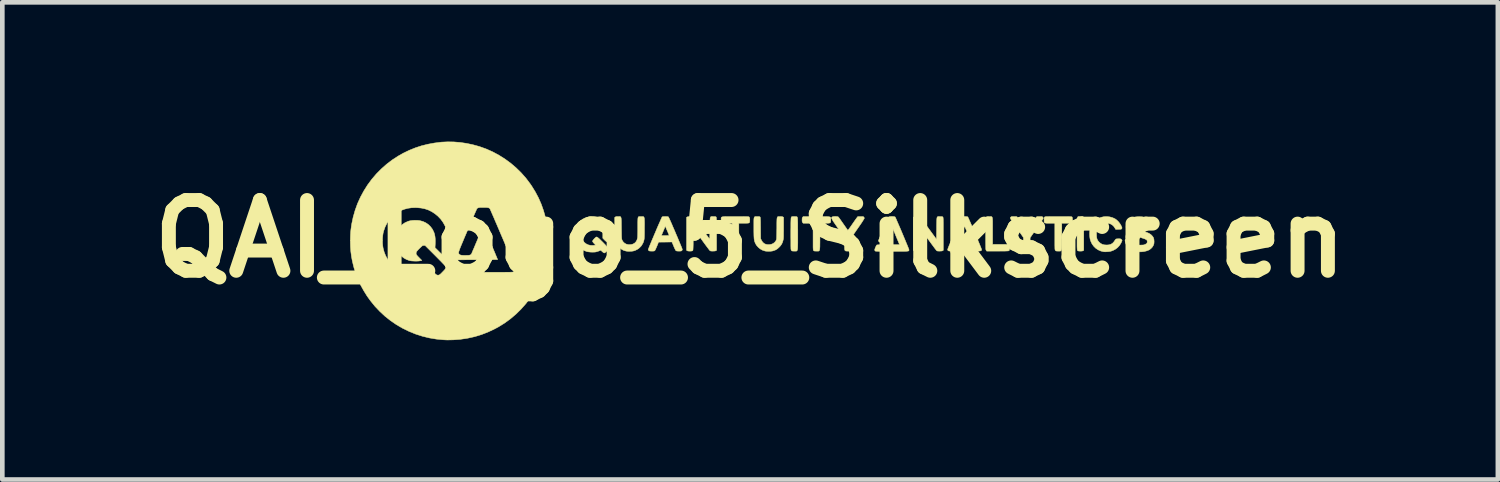
<source format=kicad_pcb>
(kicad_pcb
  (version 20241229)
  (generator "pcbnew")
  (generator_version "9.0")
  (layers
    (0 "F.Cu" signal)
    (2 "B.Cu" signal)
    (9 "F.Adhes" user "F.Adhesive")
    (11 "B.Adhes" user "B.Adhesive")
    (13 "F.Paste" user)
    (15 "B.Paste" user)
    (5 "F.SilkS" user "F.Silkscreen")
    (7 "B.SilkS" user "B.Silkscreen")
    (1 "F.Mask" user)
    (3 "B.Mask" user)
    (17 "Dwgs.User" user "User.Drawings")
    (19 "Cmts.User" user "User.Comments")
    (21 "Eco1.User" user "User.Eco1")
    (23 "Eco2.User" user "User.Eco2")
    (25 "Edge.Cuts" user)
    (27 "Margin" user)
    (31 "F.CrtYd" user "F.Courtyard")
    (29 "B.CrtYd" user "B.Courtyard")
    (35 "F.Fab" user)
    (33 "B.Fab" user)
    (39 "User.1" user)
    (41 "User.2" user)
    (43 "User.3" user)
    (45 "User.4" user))
  (footprint "QAI_Logo_5_Silkscreen"
    (layer "F.Cu")
    (at 13.106 2.093)
    (property "Reference" "QAI_Logo_5_Silkscreen" (at 0 0 0) (layer "F.SilkS") (effects (font (size 1.524 1.524) (thickness 0.3))))
    (attr through_hole)
    (fp_poly (pts (xy 7.098 -0.48) (xy 7.112 -0.479) (xy 7.117 -0.479) (xy 7.143 -0.479) (xy 7.16 -0.477) (xy 7.17 -0.474) (xy 7.177 -0.469) (xy 7.177 -0.469) (xy 7.179 -0.466) (xy 7.181 -0.461) (xy 7.183 -0.453) (xy 7.184 -0.442) (xy 7.185 -0.427) (xy 7.185 -0.406) (xy 7.186 -0.379) (xy 7.186 -0.345) (xy 7.187 -0.303) (xy 7.187 -0.252) (xy 7.187 -0.192) (xy 7.187 -0.121) (xy 7.187 -0.105) (xy 7.187 0.248) (xy 7.174 0.257) (xy 7.162 0.262) (xy 7.141 0.265) (xy 7.114 0.266) (xy 7.089 0.265) (xy 7.072 0.263) (xy 7.062 0.26) (xy 7.054 0.254) (xy 7.052 0.251) (xy 7.05 0.248) (xy 7.048 0.243) (xy 7.047 0.235) (xy 7.046 0.224) (xy 7.045 0.209) (xy 7.044 0.188) (xy 7.043 0.162) (xy 7.043 0.128) (xy 7.043 0.086) (xy 7.043 0.036) (xy 7.043 -0.024) (xy 7.043 -0.094) (xy 7.043 -0.107) (xy 7.043 -0.182) (xy 7.043 -0.246) (xy 7.043 -0.301) (xy 7.043 -0.346) (xy 7.044 -0.383) (xy 7.045 -0.412) (xy 7.047 -0.435) (xy 7.05 -0.453) (xy 7.054 -0.465) (xy 7.06 -0.473) (xy 7.067 -0.478) (xy 7.075 -0.48) (xy 7.086 -0.48) (xy 7.098 -0.48)) (stroke (width 0.01) (type solid)) (fill yes) (layer "F.SilkS"))
    (fp_poly (pts (xy -0.369 -0.479) (xy -0.315 -0.479) (xy -0.25 -0.479) (xy -0.195 -0.479) (xy -0.149 -0.479) (xy -0.113 -0.478) (xy -0.084 -0.478) (xy -0.062 -0.477) (xy -0.046 -0.476) (xy -0.034 -0.475) (xy -0.027 -0.473) (xy -0.022 -0.471) (xy -0.021 -0.47) (xy -0.012 -0.458) (xy -0.008 -0.442) (xy -0.006 -0.418) (xy -0.007 -0.392) (xy -0.008 -0.373) (xy -0.01 -0.359) (xy -0.015 -0.349) (xy -0.023 -0.342) (xy -0.037 -0.338) (xy -0.058 -0.336) (xy -0.087 -0.335) (xy -0.126 -0.335) (xy -0.137 -0.335) (xy -0.242 -0.335) (xy -0.242 -0.046) (xy -0.242 0.022) (xy -0.242 0.079) (xy -0.242 0.127) (xy -0.243 0.166) (xy -0.244 0.197) (xy -0.246 0.221) (xy -0.249 0.238) (xy -0.253 0.251) (xy -0.259 0.259) (xy -0.266 0.264) (xy -0.275 0.266) (xy -0.286 0.266) (xy -0.3 0.266) (xy -0.313 0.266) (xy -0.343 0.265) (xy -0.362 0.262) (xy -0.374 0.257) (xy -0.387 0.248) (xy -0.387 -0.335) (xy -0.496 -0.335) (xy -0.538 -0.335) (xy -0.569 -0.335) (xy -0.591 -0.338) (xy -0.607 -0.342) (xy -0.616 -0.349) (xy -0.621 -0.361) (xy -0.623 -0.376) (xy -0.623 -0.398) (xy -0.623 -0.408) (xy -0.624 -0.424) (xy -0.624 -0.437) (xy -0.623 -0.448) (xy -0.621 -0.457) (xy -0.616 -0.464) (xy -0.607 -0.469) (xy -0.594 -0.473) (xy -0.575 -0.476) (xy -0.55 -0.478) (xy -0.518 -0.479) (xy -0.478 -0.479) (xy -0.428 -0.479) (xy -0.369 -0.479)) (stroke (width 0.01) (type solid)) (fill yes) (layer "F.SilkS"))
    (fp_poly (pts (xy 0.976 -0.478) (xy 0.995 -0.477) (xy 1.006 -0.475) (xy 1.008 -0.475) (xy 1.012 -0.472) (xy 1.015 -0.467) (xy 1.018 -0.461) (xy 1.021 -0.453) (xy 1.023 -0.44) (xy 1.024 -0.423) (xy 1.025 -0.4) (xy 1.026 -0.372) (xy 1.027 -0.336) (xy 1.027 -0.291) (xy 1.027 -0.238) (xy 1.028 -0.176) (xy 1.028 -0.105) (xy 1.028 -0.03) (xy 1.028 0.034) (xy 1.028 0.088) (xy 1.027 0.133) (xy 1.026 0.17) (xy 1.025 0.199) (xy 1.023 0.222) (xy 1.019 0.239) (xy 1.015 0.251) (xy 1.009 0.259) (xy 1.002 0.264) (xy 0.993 0.266) (xy 0.982 0.266) (xy 0.97 0.266) (xy 0.955 0.266) (xy 0.953 0.266) (xy 0.928 0.265) (xy 0.912 0.264) (xy 0.902 0.262) (xy 0.895 0.257) (xy 0.889 0.25) (xy 0.887 0.247) (xy 0.885 0.243) (xy 0.883 0.238) (xy 0.882 0.23) (xy 0.88 0.219) (xy 0.879 0.203) (xy 0.879 0.183) (xy 0.878 0.157) (xy 0.878 0.123) (xy 0.878 0.082) (xy 0.878 0.032) (xy 0.877 -0.027) (xy 0.877 -0.097) (xy 0.877 -0.105) (xy 0.877 -0.178) (xy 0.878 -0.241) (xy 0.878 -0.293) (xy 0.878 -0.337) (xy 0.879 -0.373) (xy 0.88 -0.401) (xy 0.881 -0.424) (xy 0.882 -0.441) (xy 0.884 -0.453) (xy 0.887 -0.462) (xy 0.89 -0.468) (xy 0.893 -0.472) (xy 0.897 -0.475) (xy 0.905 -0.477) (xy 0.922 -0.478) (xy 0.944 -0.479) (xy 0.953 -0.479) (xy 0.976 -0.478)) (stroke (width 0.01) (type solid)) (fill yes) (layer "F.SilkS"))
    (fp_poly (pts (xy 1.601 -0.479) (xy 1.64 -0.479) (xy 1.67 -0.477) (xy 1.694 -0.475) (xy 1.711 -0.472) (xy 1.724 -0.468) (xy 1.731 -0.462) (xy 1.736 -0.455) (xy 1.738 -0.446) (xy 1.738 -0.434) (xy 1.738 -0.421) (xy 1.738 -0.408) (xy 1.738 -0.384) (xy 1.736 -0.366) (xy 1.733 -0.353) (xy 1.725 -0.344) (xy 1.712 -0.339) (xy 1.692 -0.336) (xy 1.664 -0.335) (xy 1.626 -0.335) (xy 1.613 -0.335) (xy 1.507 -0.335) (xy 1.505 -0.047) (xy 1.505 0.021) (xy 1.505 0.079) (xy 1.504 0.127) (xy 1.504 0.166) (xy 1.502 0.197) (xy 1.5 0.221) (xy 1.497 0.238) (xy 1.493 0.251) (xy 1.487 0.259) (xy 1.479 0.264) (xy 1.47 0.266) (xy 1.459 0.266) (xy 1.445 0.266) (xy 1.431 0.266) (xy 1.405 0.265) (xy 1.388 0.264) (xy 1.377 0.261) (xy 1.37 0.255) (xy 1.368 0.254) (xy 1.366 0.251) (xy 1.363 0.247) (xy 1.362 0.242) (xy 1.36 0.233) (xy 1.359 0.221) (xy 1.358 0.204) (xy 1.357 0.181) (xy 1.357 0.152) (xy 1.357 0.115) (xy 1.357 0.069) (xy 1.357 0.014) (xy 1.357 -0.046) (xy 1.357 -0.335) (xy 1.144 -0.335) (xy 1.132 -0.35) (xy 1.125 -0.361) (xy 1.121 -0.375) (xy 1.12 -0.396) (xy 1.12 -0.407) (xy 1.121 -0.431) (xy 1.123 -0.448) (xy 1.129 -0.46) (xy 1.132 -0.464) (xy 1.144 -0.479) (xy 1.429 -0.479) (xy 1.497 -0.479) (xy 1.554 -0.479) (xy 1.601 -0.479)) (stroke (width 0.01) (type solid)) (fill yes) (layer "F.SilkS"))
    (fp_poly (pts (xy 5.132 -0.48) (xy 5.147 -0.479) (xy 5.15 -0.479) (xy 5.166 -0.479) (xy 5.18 -0.48) (xy 5.191 -0.479) (xy 5.201 -0.477) (xy 5.208 -0.472) (xy 5.214 -0.464) (xy 5.218 -0.451) (xy 5.221 -0.433) (xy 5.223 -0.408) (xy 5.224 -0.376) (xy 5.224 -0.337) (xy 5.224 -0.288) (xy 5.224 -0.23) (xy 5.224 -0.167) (xy 5.224 0.121) (xy 5.393 0.121) (xy 5.446 0.121) (xy 5.488 0.121) (xy 5.521 0.122) (xy 5.546 0.124) (xy 5.564 0.127) (xy 5.576 0.132) (xy 5.583 0.139) (xy 5.587 0.149) (xy 5.588 0.163) (xy 5.588 0.179) (xy 5.588 0.193) (xy 5.588 0.219) (xy 5.587 0.236) (xy 5.584 0.246) (xy 5.58 0.253) (xy 5.575 0.257) (xy 5.571 0.259) (xy 5.564 0.261) (xy 5.553 0.262) (xy 5.537 0.263) (xy 5.516 0.264) (xy 5.488 0.265) (xy 5.452 0.265) (xy 5.406 0.265) (xy 5.351 0.266) (xy 5.33 0.266) (xy 5.098 0.266) (xy 5.086 0.25) (xy 5.084 0.247) (xy 5.082 0.243) (xy 5.08 0.238) (xy 5.078 0.23) (xy 5.077 0.219) (xy 5.076 0.203) (xy 5.076 0.183) (xy 5.075 0.157) (xy 5.075 0.124) (xy 5.074 0.083) (xy 5.074 0.033) (xy 5.074 -0.026) (xy 5.074 -0.096) (xy 5.074 -0.107) (xy 5.074 -0.182) (xy 5.074 -0.246) (xy 5.074 -0.3) (xy 5.075 -0.346) (xy 5.075 -0.383) (xy 5.077 -0.412) (xy 5.079 -0.435) (xy 5.082 -0.452) (xy 5.087 -0.464) (xy 5.093 -0.473) (xy 5.1 -0.477) (xy 5.109 -0.479) (xy 5.119 -0.48) (xy 5.132 -0.48)) (stroke (width 0.01) (type solid)) (fill yes) (layer "F.SilkS"))
    (fp_poly (pts (xy 6.707 -0.479) (xy 6.761 -0.479) (xy 6.805 -0.479) (xy 6.841 -0.479) (xy 6.869 -0.478) (xy 6.891 -0.477) (xy 6.907 -0.476) (xy 6.918 -0.475) (xy 6.926 -0.474) (xy 6.931 -0.472) (xy 6.934 -0.47) (xy 6.935 -0.469) (xy 6.94 -0.46) (xy 6.943 -0.447) (xy 6.944 -0.426) (xy 6.945 -0.406) (xy 6.945 -0.383) (xy 6.943 -0.365) (xy 6.94 -0.353) (xy 6.932 -0.344) (xy 6.92 -0.339) (xy 6.9 -0.336) (xy 6.872 -0.335) (xy 6.835 -0.335) (xy 6.819 -0.335) (xy 6.714 -0.335) (xy 6.714 -0.05) (xy 6.714 0.019) (xy 6.714 0.077) (xy 6.714 0.125) (xy 6.713 0.164) (xy 6.712 0.195) (xy 6.71 0.219) (xy 6.706 0.237) (xy 6.702 0.25) (xy 6.696 0.258) (xy 6.688 0.263) (xy 6.679 0.266) (xy 6.667 0.266) (xy 6.653 0.266) (xy 6.639 0.266) (xy 6.614 0.265) (xy 6.598 0.264) (xy 6.588 0.262) (xy 6.581 0.257) (xy 6.576 0.25) (xy 6.573 0.247) (xy 6.571 0.242) (xy 6.569 0.236) (xy 6.567 0.228) (xy 6.566 0.216) (xy 6.565 0.199) (xy 6.565 0.176) (xy 6.564 0.147) (xy 6.564 0.111) (xy 6.564 0.066) (xy 6.564 0.011) (xy 6.564 -0.05) (xy 6.564 -0.335) (xy 6.458 -0.335) (xy 6.417 -0.335) (xy 6.386 -0.335) (xy 6.364 -0.338) (xy 6.349 -0.342) (xy 6.339 -0.349) (xy 6.335 -0.361) (xy 6.333 -0.377) (xy 6.333 -0.399) (xy 6.333 -0.409) (xy 6.333 -0.434) (xy 6.334 -0.45) (xy 6.337 -0.46) (xy 6.341 -0.467) (xy 6.346 -0.47) (xy 6.35 -0.472) (xy 6.356 -0.474) (xy 6.366 -0.475) (xy 6.38 -0.477) (xy 6.4 -0.477) (xy 6.426 -0.478) (xy 6.459 -0.479) (xy 6.501 -0.479) (xy 6.551 -0.479) (xy 6.612 -0.479) (xy 6.642 -0.479) (xy 6.707 -0.479)) (stroke (width 0.01) (type solid)) (fill yes) (layer "F.SilkS"))
    (fp_poly (pts (xy -0.8 -0.479) (xy -0.791 -0.479) (xy -0.765 -0.479) (xy -0.748 -0.477) (xy -0.738 -0.474) (xy -0.731 -0.469) (xy -0.729 -0.466) (xy -0.727 -0.461) (xy -0.726 -0.453) (xy -0.725 -0.442) (xy -0.724 -0.427) (xy -0.723 -0.406) (xy -0.723 -0.379) (xy -0.722 -0.345) (xy -0.722 -0.303) (xy -0.722 -0.252) (xy -0.722 -0.192) (xy -0.722 -0.121) (xy -0.722 0.248) (xy -0.734 0.257) (xy -0.746 0.261) (xy -0.763 0.264) (xy -0.79 0.265) (xy -0.8 0.266) (xy -0.826 0.265) (xy -0.844 0.264) (xy -0.855 0.261) (xy -0.863 0.256) (xy -0.868 0.253) (xy -0.874 0.245) (xy -0.886 0.23) (xy -0.903 0.207) (xy -0.926 0.177) (xy -0.952 0.142) (xy -0.981 0.103) (xy -1.013 0.059) (xy -1.046 0.013) (xy -1.051 0.006) (xy -1.221 -0.228) (xy -1.224 0.011) (xy -1.225 0.07) (xy -1.225 0.118) (xy -1.226 0.157) (xy -1.227 0.187) (xy -1.228 0.211) (xy -1.229 0.228) (xy -1.23 0.24) (xy -1.232 0.248) (xy -1.234 0.253) (xy -1.236 0.256) (xy -1.238 0.257) (xy -1.251 0.262) (xy -1.272 0.265) (xy -1.296 0.266) (xy -1.321 0.265) (xy -1.342 0.262) (xy -1.355 0.257) (xy -1.368 0.248) (xy -1.368 -0.461) (xy -1.355 -0.47) (xy -1.343 -0.474) (xy -1.323 -0.477) (xy -1.299 -0.479) (xy -1.274 -0.479) (xy -1.251 -0.478) (xy -1.235 -0.475) (xy -1.231 -0.474) (xy -1.225 -0.468) (xy -1.214 -0.454) (xy -1.197 -0.433) (xy -1.176 -0.405) (xy -1.15 -0.371) (xy -1.121 -0.332) (xy -1.089 -0.289) (xy -1.056 -0.244) (xy -1.045 -0.229) (xy -0.869 0.011) (xy -0.866 -0.226) (xy -0.865 -0.287) (xy -0.865 -0.337) (xy -0.864 -0.378) (xy -0.863 -0.41) (xy -0.861 -0.435) (xy -0.858 -0.453) (xy -0.853 -0.465) (xy -0.847 -0.473) (xy -0.839 -0.478) (xy -0.829 -0.479) (xy -0.816 -0.48) (xy -0.8 -0.479)) (stroke (width 0.01) (type solid)) (fill yes) (layer "F.SilkS"))
    (fp_poly (pts (xy 4.084 -0.479) (xy 4.093 -0.479) (xy 4.119 -0.479) (xy 4.135 -0.477) (xy 4.146 -0.474) (xy 4.153 -0.469) (xy 4.155 -0.466) (xy 4.156 -0.461) (xy 4.158 -0.453) (xy 4.159 -0.442) (xy 4.16 -0.427) (xy 4.161 -0.406) (xy 4.161 -0.379) (xy 4.162 -0.345) (xy 4.162 -0.303) (xy 4.162 -0.252) (xy 4.162 -0.192) (xy 4.162 -0.121) (xy 4.162 -0.105) (xy 4.162 0.248) (xy 4.149 0.257) (xy 4.138 0.261) (xy 4.12 0.264) (xy 4.094 0.265) (xy 4.083 0.266) (xy 4.057 0.265) (xy 4.04 0.264) (xy 4.029 0.261) (xy 4.02 0.256) (xy 4.016 0.253) (xy 4.01 0.245) (xy 3.998 0.23) (xy 3.98 0.207) (xy 3.958 0.177) (xy 3.932 0.142) (xy 3.903 0.103) (xy 3.871 0.059) (xy 3.838 0.013) (xy 3.832 0.006) (xy 3.663 -0.227) (xy 3.66 0.011) (xy 3.659 0.07) (xy 3.658 0.118) (xy 3.658 0.157) (xy 3.657 0.187) (xy 3.656 0.211) (xy 3.655 0.228) (xy 3.654 0.24) (xy 3.652 0.248) (xy 3.65 0.253) (xy 3.648 0.256) (xy 3.646 0.257) (xy 3.633 0.262) (xy 3.612 0.265) (xy 3.587 0.266) (xy 3.563 0.265) (xy 3.542 0.262) (xy 3.528 0.257) (xy 3.516 0.248) (xy 3.516 -0.461) (xy 3.528 -0.47) (xy 3.539 -0.475) (xy 3.557 -0.478) (xy 3.583 -0.479) (xy 3.595 -0.479) (xy 3.621 -0.479) (xy 3.638 -0.478) (xy 3.649 -0.475) (xy 3.657 -0.47) (xy 3.662 -0.466) (xy 3.667 -0.459) (xy 3.679 -0.444) (xy 3.697 -0.421) (xy 3.719 -0.391) (xy 3.745 -0.356) (xy 3.774 -0.317) (xy 3.806 -0.274) (xy 3.84 -0.228) (xy 3.845 -0.221) (xy 4.015 0.011) (xy 4.018 -0.226) (xy 4.018 -0.287) (xy 4.019 -0.337) (xy 4.02 -0.378) (xy 4.021 -0.41) (xy 4.023 -0.435) (xy 4.026 -0.453) (xy 4.03 -0.465) (xy 4.037 -0.473) (xy 4.045 -0.478) (xy 4.055 -0.479) (xy 4.068 -0.48) (xy 4.084 -0.479)) (stroke (width 0.01) (type solid)) (fill yes) (layer "F.SilkS"))
    (fp_poly (pts (xy 1.87 -0.478) (xy 1.89 -0.475) (xy 1.901 -0.471) (xy 1.901 -0.47) (xy 1.907 -0.463) (xy 1.918 -0.448) (xy 1.934 -0.426) (xy 1.954 -0.398) (xy 1.976 -0.366) (xy 2.001 -0.331) (xy 2.006 -0.323) (xy 2.031 -0.288) (xy 2.053 -0.256) (xy 2.073 -0.228) (xy 2.088 -0.206) (xy 2.1 -0.191) (xy 2.105 -0.183) (xy 2.106 -0.183) (xy 2.11 -0.187) (xy 2.12 -0.199) (xy 2.134 -0.218) (xy 2.153 -0.243) (xy 2.174 -0.273) (xy 2.194 -0.302) (xy 2.218 -0.337) (xy 2.241 -0.37) (xy 2.262 -0.4) (xy 2.28 -0.425) (xy 2.293 -0.443) (xy 2.299 -0.451) (xy 2.321 -0.479) (xy 2.38 -0.479) (xy 2.408 -0.479) (xy 2.427 -0.478) (xy 2.438 -0.476) (xy 2.446 -0.472) (xy 2.45 -0.468) (xy 2.458 -0.454) (xy 2.461 -0.443) (xy 2.457 -0.434) (xy 2.447 -0.417) (xy 2.431 -0.391) (xy 2.41 -0.357) (xy 2.382 -0.316) (xy 2.349 -0.268) (xy 2.321 -0.228) (xy 2.182 -0.027) (xy 2.182 0.107) (xy 2.182 0.149) (xy 2.182 0.182) (xy 2.181 0.206) (xy 2.181 0.223) (xy 2.179 0.235) (xy 2.177 0.242) (xy 2.174 0.248) (xy 2.17 0.252) (xy 2.169 0.253) (xy 2.161 0.259) (xy 2.15 0.263) (xy 2.135 0.265) (xy 2.112 0.266) (xy 2.106 0.266) (xy 2.081 0.265) (xy 2.065 0.264) (xy 2.055 0.261) (xy 2.048 0.255) (xy 2.046 0.253) (xy 2.042 0.249) (xy 2.04 0.242) (xy 2.038 0.233) (xy 2.036 0.219) (xy 2.035 0.198) (xy 2.034 0.17) (xy 2.034 0.133) (xy 2.033 0.105) (xy 2.031 -0.03) (xy 1.893 -0.229) (xy 1.858 -0.28) (xy 1.828 -0.323) (xy 1.804 -0.358) (xy 1.786 -0.386) (xy 1.772 -0.409) (xy 1.763 -0.426) (xy 1.757 -0.439) (xy 1.755 -0.449) (xy 1.756 -0.457) (xy 1.76 -0.463) (xy 1.765 -0.469) (xy 1.765 -0.47) (xy 1.777 -0.474) (xy 1.796 -0.478) (xy 1.82 -0.48) (xy 1.846 -0.48) (xy 1.87 -0.478)) (stroke (width 0.01) (type solid)) (fill yes) (layer "F.SilkS"))
    (fp_poly (pts (xy 6.262 -0.479) (xy 6.28 -0.478) (xy 6.292 -0.475) (xy 6.3 -0.471) (xy 6.304 -0.468) (xy 6.313 -0.454) (xy 6.315 -0.443) (xy 6.312 -0.435) (xy 6.303 -0.419) (xy 6.287 -0.394) (xy 6.267 -0.363) (xy 6.242 -0.325) (xy 6.213 -0.282) (xy 6.18 -0.234) (xy 6.174 -0.226) (xy 6.032 -0.022) (xy 6.032 0.113) (xy 6.033 0.159) (xy 6.032 0.195) (xy 6.031 0.221) (xy 6.028 0.24) (xy 6.023 0.253) (xy 6.015 0.26) (xy 6.003 0.264) (xy 5.988 0.266) (xy 5.968 0.266) (xy 5.959 0.266) (xy 5.934 0.265) (xy 5.918 0.263) (xy 5.907 0.26) (xy 5.9 0.254) (xy 5.896 0.25) (xy 5.893 0.244) (xy 5.891 0.236) (xy 5.89 0.223) (xy 5.889 0.205) (xy 5.888 0.179) (xy 5.888 0.145) (xy 5.888 0.108) (xy 5.888 -0.026) (xy 5.778 -0.185) (xy 5.738 -0.241) (xy 5.705 -0.289) (xy 5.678 -0.329) (xy 5.655 -0.361) (xy 5.638 -0.388) (xy 5.624 -0.408) (xy 5.615 -0.424) (xy 5.609 -0.436) (xy 5.606 -0.445) (xy 5.605 -0.452) (xy 5.606 -0.456) (xy 5.609 -0.46) (xy 5.614 -0.464) (xy 5.617 -0.468) (xy 5.624 -0.473) (xy 5.633 -0.477) (xy 5.648 -0.478) (xy 5.67 -0.479) (xy 5.684 -0.479) (xy 5.709 -0.479) (xy 5.73 -0.477) (xy 5.745 -0.475) (xy 5.749 -0.474) (xy 5.755 -0.467) (xy 5.767 -0.453) (xy 5.783 -0.432) (xy 5.803 -0.404) (xy 5.825 -0.373) (xy 5.85 -0.338) (xy 5.857 -0.328) (xy 5.881 -0.292) (xy 5.904 -0.259) (xy 5.924 -0.231) (xy 5.94 -0.208) (xy 5.951 -0.192) (xy 5.957 -0.184) (xy 5.958 -0.183) (xy 5.962 -0.186) (xy 5.972 -0.198) (xy 5.986 -0.217) (xy 6.005 -0.242) (xy 6.027 -0.272) (xy 6.051 -0.307) (xy 6.059 -0.318) (xy 6.084 -0.355) (xy 6.108 -0.388) (xy 6.128 -0.417) (xy 6.146 -0.441) (xy 6.158 -0.458) (xy 6.166 -0.468) (xy 6.167 -0.469) (xy 6.174 -0.474) (xy 6.184 -0.477) (xy 6.201 -0.479) (xy 6.226 -0.479) (xy 6.235 -0.479) (xy 6.262 -0.479)) (stroke (width 0.01) (type solid)) (fill yes) (layer "F.SilkS"))
    (fp_poly (pts (xy 0.644 -0.479) (xy 0.649 -0.479) (xy 0.678 -0.478) (xy 0.698 -0.475) (xy 0.709 -0.47) (xy 0.722 -0.461) (xy 0.722 -0.234) (xy 0.722 -0.176) (xy 0.721 -0.129) (xy 0.721 -0.09) (xy 0.721 -0.058) (xy 0.72 -0.034) (xy 0.719 -0.014) (xy 0.717 0.002) (xy 0.715 0.015) (xy 0.712 0.028) (xy 0.71 0.037) (xy 0.697 0.08) (xy 0.679 0.117) (xy 0.655 0.151) (xy 0.626 0.182) (xy 0.59 0.215) (xy 0.552 0.239) (xy 0.51 0.255) (xy 0.484 0.263) (xy 0.448 0.268) (xy 0.407 0.27) (xy 0.365 0.269) (xy 0.327 0.265) (xy 0.316 0.262) (xy 0.266 0.245) (xy 0.218 0.218) (xy 0.176 0.183) (xy 0.14 0.142) (xy 0.117 0.104) (xy 0.109 0.085) (xy 0.101 0.067) (xy 0.096 0.048) (xy 0.091 0.027) (xy 0.087 0.003) (xy 0.085 -0.026) (xy 0.083 -0.061) (xy 0.082 -0.103) (xy 0.081 -0.153) (xy 0.081 -0.213) (xy 0.081 -0.239) (xy 0.081 -0.298) (xy 0.081 -0.347) (xy 0.081 -0.386) (xy 0.082 -0.416) (xy 0.084 -0.439) (xy 0.088 -0.456) (xy 0.093 -0.467) (xy 0.1 -0.474) (xy 0.109 -0.478) (xy 0.121 -0.479) (xy 0.136 -0.479) (xy 0.154 -0.479) (xy 0.155 -0.479) (xy 0.181 -0.479) (xy 0.198 -0.477) (xy 0.209 -0.474) (xy 0.215 -0.469) (xy 0.218 -0.465) (xy 0.219 -0.459) (xy 0.221 -0.449) (xy 0.222 -0.434) (xy 0.223 -0.413) (xy 0.224 -0.386) (xy 0.225 -0.35) (xy 0.225 -0.305) (xy 0.226 -0.25) (xy 0.226 -0.231) (xy 0.228 -0.003) (xy 0.247 0.036) (xy 0.271 0.073) (xy 0.301 0.1) (xy 0.337 0.118) (xy 0.381 0.126) (xy 0.412 0.126) (xy 0.456 0.119) (xy 0.495 0.103) (xy 0.528 0.079) (xy 0.553 0.048) (xy 0.567 0.019) (xy 0.569 0.008) (xy 0.571 -0.011) (xy 0.572 -0.039) (xy 0.573 -0.076) (xy 0.574 -0.123) (xy 0.575 -0.181) (xy 0.576 -0.231) (xy 0.576 -0.291) (xy 0.576 -0.341) (xy 0.577 -0.381) (xy 0.578 -0.412) (xy 0.58 -0.436) (xy 0.584 -0.454) (xy 0.588 -0.466) (xy 0.595 -0.474) (xy 0.603 -0.478) (xy 0.614 -0.479) (xy 0.627 -0.479) (xy 0.644 -0.479)) (stroke (width 0.01) (type solid)) (fill yes) (layer "F.SilkS"))
    (fp_poly (pts (xy 7.749 -0.471) (xy 7.809 -0.454) (xy 7.861 -0.43) (xy 7.898 -0.403) (xy 7.934 -0.368) (xy 7.966 -0.327) (xy 7.99 -0.287) (xy 8.001 -0.263) (xy 8.008 -0.247) (xy 8.011 -0.237) (xy 8.01 -0.229) (xy 8.007 -0.221) (xy 8.006 -0.22) (xy 8.002 -0.213) (xy 7.997 -0.209) (xy 7.988 -0.206) (xy 7.973 -0.205) (xy 7.951 -0.204) (xy 7.937 -0.203) (xy 7.875 -0.202) (xy 7.858 -0.232) (xy 7.833 -0.268) (xy 7.802 -0.297) (xy 7.77 -0.316) (xy 7.754 -0.323) (xy 7.74 -0.328) (xy 7.725 -0.33) (xy 7.704 -0.331) (xy 7.681 -0.331) (xy 7.636 -0.329) (xy 7.6 -0.322) (xy 7.569 -0.309) (xy 7.542 -0.291) (xy 7.521 -0.272) (xy 7.499 -0.246) (xy 7.482 -0.222) (xy 7.471 -0.195) (xy 7.465 -0.163) (xy 7.462 -0.125) (xy 7.462 -0.098) (xy 7.463 -0.054) (xy 7.467 -0.018) (xy 7.476 0.011) (xy 7.489 0.037) (xy 7.508 0.061) (xy 7.521 0.076) (xy 7.554 0.102) (xy 7.59 0.121) (xy 7.632 0.131) (xy 7.681 0.134) (xy 7.685 0.134) (xy 7.733 0.13) (xy 7.774 0.117) (xy 7.809 0.095) (xy 7.838 0.063) (xy 7.849 0.047) (xy 7.861 0.029) (xy 7.872 0.015) (xy 7.879 0.007) (xy 7.89 0.003) (xy 7.911 0.001) (xy 7.936 0) (xy 7.96 0.00033) (xy 7.976 0.002) (xy 7.987 0.005) (xy 7.995 0.011) (xy 7.998 0.014) (xy 8.008 0.026) (xy 8.013 0.036) (xy 8.013 0.037) (xy 8.01 0.045) (xy 8.003 0.061) (xy 7.994 0.082) (xy 7.989 0.093) (xy 7.957 0.144) (xy 7.916 0.189) (xy 7.868 0.225) (xy 7.815 0.253) (xy 7.772 0.268) (xy 7.748 0.273) (xy 7.717 0.277) (xy 7.684 0.279) (xy 7.653 0.281) (xy 7.627 0.28) (xy 7.617 0.279) (xy 7.555 0.264) (xy 7.498 0.239) (xy 7.447 0.205) (xy 7.403 0.162) (xy 7.366 0.112) (xy 7.339 0.055) (xy 7.325 0.013) (xy 7.319 -0.022) (xy 7.315 -0.063) (xy 7.313 -0.107) (xy 7.315 -0.15) (xy 7.319 -0.187) (xy 7.323 -0.205) (xy 7.342 -0.262) (xy 7.371 -0.315) (xy 7.406 -0.363) (xy 7.448 -0.404) (xy 7.494 -0.435) (xy 7.505 -0.441) (xy 7.563 -0.463) (xy 7.624 -0.476) (xy 7.687 -0.478) (xy 7.749 -0.471)) (stroke (width 0.01) (type solid)) (fill yes) (layer "F.SilkS"))
    (fp_poly (pts (xy -2.802 -0.479) (xy -2.793 -0.476) (xy -2.786 -0.469) (xy -2.781 -0.459) (xy -2.777 -0.444) (xy -2.775 -0.422) (xy -2.773 -0.393) (xy -2.772 -0.356) (xy -2.772 -0.31) (xy -2.771 -0.254) (xy -2.771 -0.23) (xy -2.77 -0.172) (xy -2.769 -0.124) (xy -2.769 -0.085) (xy -2.768 -0.055) (xy -2.767 -0.031) (xy -2.766 -0.013) (xy -2.764 0.001) (xy -2.762 0.011) (xy -2.76 0.019) (xy -2.757 0.026) (xy -2.756 0.029) (xy -2.733 0.067) (xy -2.703 0.095) (xy -2.667 0.115) (xy -2.624 0.125) (xy -2.612 0.126) (xy -2.563 0.124) (xy -2.521 0.113) (xy -2.486 0.093) (xy -2.458 0.064) (xy -2.437 0.027) (xy -2.425 -0.017) (xy -2.423 -0.032) (xy -2.422 -0.057) (xy -2.421 -0.091) (xy -2.42 -0.131) (xy -2.419 -0.177) (xy -2.419 -0.226) (xy -2.419 -0.257) (xy -2.419 -0.314) (xy -2.419 -0.36) (xy -2.418 -0.397) (xy -2.417 -0.425) (xy -2.415 -0.446) (xy -2.411 -0.461) (xy -2.406 -0.471) (xy -2.398 -0.476) (xy -2.388 -0.479) (xy -2.375 -0.479) (xy -2.359 -0.479) (xy -2.348 -0.479) (xy -2.33 -0.479) (xy -2.315 -0.479) (xy -2.303 -0.478) (xy -2.294 -0.475) (xy -2.287 -0.468) (xy -2.282 -0.457) (xy -2.278 -0.44) (xy -2.276 -0.417) (xy -2.275 -0.387) (xy -2.274 -0.348) (xy -2.274 -0.3) (xy -2.275 -0.241) (xy -2.275 -0.238) (xy -2.275 -0.175) (xy -2.275 -0.122) (xy -2.276 -0.078) (xy -2.277 -0.042) (xy -2.279 -0.012) (xy -2.282 0.013) (xy -2.287 0.035) (xy -2.292 0.054) (xy -2.298 0.072) (xy -2.306 0.09) (xy -2.313 0.104) (xy -2.343 0.153) (xy -2.382 0.194) (xy -2.428 0.228) (xy -2.479 0.253) (xy -2.513 0.263) (xy -2.545 0.268) (xy -2.584 0.27) (xy -2.623 0.27) (xy -2.66 0.267) (xy -2.684 0.262) (xy -2.73 0.247) (xy -2.77 0.225) (xy -2.808 0.194) (xy -2.821 0.182) (xy -2.846 0.155) (xy -2.866 0.129) (xy -2.882 0.1) (xy -2.897 0.065) (xy -2.9 0.058) (xy -2.903 0.05) (xy -2.905 0.041) (xy -2.907 0.031) (xy -2.909 0.018) (xy -2.91 0.001) (xy -2.911 -0.021) (xy -2.912 -0.049) (xy -2.913 -0.085) (xy -2.913 -0.129) (xy -2.914 -0.183) (xy -2.914 -0.216) (xy -2.916 -0.459) (xy -2.903 -0.469) (xy -2.894 -0.474) (xy -2.879 -0.478) (xy -2.857 -0.479) (xy -2.844 -0.479) (xy -2.827 -0.479) (xy -2.813 -0.48) (xy -2.802 -0.479)) (stroke (width 0.01) (type solid)) (fill yes) (layer "F.SilkS"))
    (fp_poly (pts (xy -1.795 -0.478) (xy -1.772 -0.476) (xy -1.759 -0.472) (xy -1.759 -0.472) (xy -1.755 -0.465) (xy -1.747 -0.449) (xy -1.736 -0.425) (xy -1.721 -0.393) (xy -1.704 -0.355) (xy -1.685 -0.312) (xy -1.665 -0.264) (xy -1.643 -0.214) (xy -1.62 -0.161) (xy -1.598 -0.108) (xy -1.575 -0.055) (xy -1.553 -0.003) (xy -1.533 0.046) (xy -1.514 0.091) (xy -1.497 0.132) (xy -1.482 0.168) (xy -1.471 0.196) (xy -1.463 0.217) (xy -1.46 0.228) (xy -1.459 0.23) (xy -1.463 0.244) (xy -1.469 0.254) (xy -1.476 0.26) (xy -1.485 0.263) (xy -1.5 0.265) (xy -1.522 0.266) (xy -1.533 0.266) (xy -1.56 0.265) (xy -1.578 0.263) (xy -1.59 0.26) (xy -1.598 0.255) (xy -1.604 0.247) (xy -1.613 0.23) (xy -1.625 0.206) (xy -1.638 0.177) (xy -1.646 0.157) (xy -1.683 0.069) (xy -1.827 0.071) (xy -1.971 0.072) (xy -2.006 0.158) (xy -2.019 0.188) (xy -2.031 0.215) (xy -2.041 0.236) (xy -2.049 0.251) (xy -2.051 0.255) (xy -2.058 0.26) (xy -2.067 0.263) (xy -2.081 0.265) (xy -2.104 0.266) (xy -2.116 0.266) (xy -2.142 0.265) (xy -2.16 0.264) (xy -2.171 0.261) (xy -2.179 0.257) (xy -2.182 0.254) (xy -2.191 0.242) (xy -2.194 0.232) (xy -2.191 0.225) (xy -2.185 0.208) (xy -2.175 0.183) (xy -2.162 0.15) (xy -2.146 0.111) (xy -2.128 0.068) (xy -2.108 0.02) (xy -2.086 -0.031) (xy -2.07 -0.069) (xy -1.91 -0.069) (xy -1.827 -0.069) (xy -1.797 -0.069) (xy -1.772 -0.07) (xy -1.754 -0.071) (xy -1.744 -0.072) (xy -1.743 -0.072) (xy -1.745 -0.078) (xy -1.751 -0.093) (xy -1.76 -0.115) (xy -1.771 -0.142) (xy -1.781 -0.166) (xy -1.794 -0.196) (xy -1.806 -0.224) (xy -1.815 -0.245) (xy -1.821 -0.26) (xy -1.823 -0.265) (xy -1.827 -0.265) (xy -1.833 -0.256) (xy -1.836 -0.248) (xy -1.842 -0.233) (xy -1.851 -0.21) (xy -1.863 -0.183) (xy -1.875 -0.153) (xy -1.878 -0.146) (xy -1.91 -0.069) (xy -2.07 -0.069) (xy -2.064 -0.084) (xy -2.041 -0.137) (xy -2.019 -0.19) (xy -1.997 -0.241) (xy -1.976 -0.29) (xy -1.956 -0.335) (xy -1.938 -0.375) (xy -1.923 -0.41) (xy -1.911 -0.437) (xy -1.902 -0.457) (xy -1.897 -0.467) (xy -1.896 -0.468) (xy -1.89 -0.473) (xy -1.881 -0.477) (xy -1.866 -0.478) (xy -1.845 -0.479) (xy -1.827 -0.479) (xy -1.795 -0.478)) (stroke (width 0.01) (type solid)) (fill yes) (layer "F.SilkS"))
    (fp_poly (pts (xy 4.654 -0.478) (xy 4.676 -0.476) (xy 4.689 -0.472) (xy 4.689 -0.472) (xy 4.693 -0.465) (xy 4.701 -0.449) (xy 4.712 -0.425) (xy 4.726 -0.393) (xy 4.743 -0.354) (xy 4.762 -0.311) (xy 4.783 -0.263) (xy 4.805 -0.212) (xy 4.827 -0.16) (xy 4.85 -0.106) (xy 4.872 -0.053) (xy 4.894 -0.001) (xy 4.914 0.048) (xy 4.933 0.094) (xy 4.95 0.135) (xy 4.964 0.171) (xy 4.976 0.199) (xy 4.983 0.22) (xy 4.987 0.232) (xy 4.988 0.234) (xy 4.985 0.247) (xy 4.975 0.257) (xy 4.956 0.262) (xy 4.929 0.265) (xy 4.909 0.266) (xy 4.883 0.265) (xy 4.866 0.264) (xy 4.855 0.261) (xy 4.848 0.256) (xy 4.847 0.255) (xy 4.842 0.247) (xy 4.833 0.229) (xy 4.822 0.206) (xy 4.81 0.177) (xy 4.802 0.159) (xy 4.765 0.072) (xy 4.621 0.071) (xy 4.477 0.069) (xy 4.442 0.154) (xy 4.427 0.191) (xy 4.415 0.219) (xy 4.405 0.239) (xy 4.396 0.252) (xy 4.385 0.26) (xy 4.373 0.264) (xy 4.358 0.265) (xy 4.338 0.266) (xy 4.333 0.266) (xy 4.304 0.265) (xy 4.283 0.263) (xy 4.27 0.258) (xy 4.267 0.257) (xy 4.257 0.244) (xy 4.255 0.233) (xy 4.257 0.225) (xy 4.263 0.208) (xy 4.273 0.182) (xy 4.286 0.149) (xy 4.302 0.11) (xy 4.32 0.065) (xy 4.34 0.017) (xy 4.362 -0.034) (xy 4.38 -0.076) (xy 4.539 -0.076) (xy 4.54 -0.074) (xy 4.548 -0.072) (xy 4.564 -0.07) (xy 4.588 -0.069) (xy 4.621 -0.069) (xy 4.651 -0.07) (xy 4.675 -0.07) (xy 4.693 -0.072) (xy 4.703 -0.073) (xy 4.704 -0.074) (xy 4.696 -0.093) (xy 4.686 -0.117) (xy 4.675 -0.144) (xy 4.663 -0.173) (xy 4.651 -0.201) (xy 4.64 -0.227) (xy 4.631 -0.248) (xy 4.624 -0.263) (xy 4.621 -0.27) (xy 4.621 -0.27) (xy 4.618 -0.264) (xy 4.612 -0.25) (xy 4.603 -0.23) (xy 4.593 -0.204) (xy 4.581 -0.176) (xy 4.568 -0.147) (xy 4.557 -0.119) (xy 4.546 -0.094) (xy 4.539 -0.076) (xy 4.38 -0.076) (xy 4.384 -0.087) (xy 4.407 -0.14) (xy 4.429 -0.193) (xy 4.451 -0.245) (xy 4.472 -0.294) (xy 4.492 -0.339) (xy 4.51 -0.379) (xy 4.525 -0.414) (xy 4.538 -0.441) (xy 4.547 -0.46) (xy 4.552 -0.471) (xy 4.553 -0.472) (xy 4.565 -0.476) (xy 4.587 -0.478) (xy 4.619 -0.479) (xy 4.621 -0.479) (xy 4.654 -0.478)) (stroke (width 0.01) (type solid)) (fill yes) (layer "F.SilkS"))
    (fp_poly (pts (xy 3.088 -0.479) (xy 3.109 -0.476) (xy 3.122 -0.471) (xy 3.125 -0.469) (xy 3.129 -0.462) (xy 3.137 -0.445) (xy 3.149 -0.419) (xy 3.163 -0.386) (xy 3.18 -0.347) (xy 3.199 -0.303) (xy 3.22 -0.255) (xy 3.242 -0.204) (xy 3.264 -0.151) (xy 3.287 -0.097) (xy 3.309 -0.044) (xy 3.331 0.008) (xy 3.351 0.057) (xy 3.37 0.103) (xy 3.387 0.143) (xy 3.401 0.178) (xy 3.412 0.206) (xy 3.42 0.226) (xy 3.423 0.237) (xy 3.423 0.238) (xy 3.423 0.245) (xy 3.423 0.251) (xy 3.421 0.255) (xy 3.418 0.259) (xy 3.411 0.263) (xy 3.401 0.265) (xy 3.386 0.267) (xy 3.366 0.269) (xy 3.339 0.27) (xy 3.306 0.271) (xy 3.264 0.271) (xy 3.214 0.271) (xy 3.155 0.271) (xy 3.085 0.271) (xy 3.054 0.271) (xy 2.981 0.271) (xy 2.918 0.271) (xy 2.866 0.271) (xy 2.822 0.271) (xy 2.786 0.27) (xy 2.758 0.27) (xy 2.736 0.269) (xy 2.72 0.268) (xy 2.708 0.267) (xy 2.701 0.266) (xy 2.696 0.264) (xy 2.693 0.262) (xy 2.686 0.249) (xy 2.684 0.239) (xy 2.687 0.225) (xy 2.693 0.206) (xy 2.702 0.183) (xy 2.712 0.162) (xy 2.721 0.144) (xy 2.729 0.134) (xy 2.729 0.134) (xy 2.734 0.132) (xy 2.745 0.131) (xy 2.763 0.13) (xy 2.787 0.129) (xy 2.82 0.128) (xy 2.862 0.127) (xy 2.914 0.127) (xy 2.977 0.127) (xy 3.22 0.127) (xy 3.138 -0.069) (xy 3.12 -0.114) (xy 3.102 -0.155) (xy 3.087 -0.191) (xy 3.074 -0.221) (xy 3.064 -0.245) (xy 3.057 -0.26) (xy 3.054 -0.265) (xy 3.054 -0.265) (xy 3.051 -0.26) (xy 3.044 -0.246) (xy 3.034 -0.223) (xy 3.022 -0.194) (xy 3.007 -0.16) (xy 2.991 -0.121) (xy 2.987 -0.112) (xy 2.971 -0.071) (xy 2.955 -0.034) (xy 2.941 -0.001) (xy 2.929 0.027) (xy 2.92 0.047) (xy 2.914 0.058) (xy 2.914 0.059) (xy 2.909 0.066) (xy 2.903 0.071) (xy 2.895 0.074) (xy 2.881 0.075) (xy 2.859 0.075) (xy 2.846 0.075) (xy 2.819 0.075) (xy 2.801 0.074) (xy 2.789 0.071) (xy 2.781 0.067) (xy 2.777 0.064) (xy 2.768 0.051) (xy 2.765 0.042) (xy 2.767 0.034) (xy 2.774 0.017) (xy 2.784 -0.008) (xy 2.796 -0.039) (xy 2.812 -0.076) (xy 2.829 -0.117) (xy 2.847 -0.161) (xy 2.867 -0.206) (xy 2.886 -0.252) (xy 2.905 -0.296) (xy 2.923 -0.338) (xy 2.94 -0.377) (xy 2.955 -0.41) (xy 2.967 -0.437) (xy 2.977 -0.457) (xy 2.982 -0.468) (xy 2.983 -0.469) (xy 2.994 -0.474) (xy 3.013 -0.478) (xy 3.037 -0.48) (xy 3.063 -0.48) (xy 3.088 -0.479)) (stroke (width 0.01) (type solid)) (fill yes) (layer "F.SilkS"))
    (fp_poly (pts (xy -3.377 -0.477) (xy -3.314 -0.469) (xy -3.258 -0.453) (xy -3.207 -0.428) (xy -3.16 -0.394) (xy -3.131 -0.367) (xy -3.091 -0.321) (xy -3.061 -0.273) (xy -3.04 -0.221) (xy -3.027 -0.163) (xy -3.022 -0.123) (xy -3.021 -0.09) (xy -3.023 -0.054) (xy -3.028 -0.02) (xy -3.034 0.011) (xy -3.043 0.037) (xy -3.052 0.056) (xy -3.061 0.064) (xy -3.073 0.068) (xy -3.086 0.066) (xy -3.101 0.057) (xy -3.121 0.04) (xy -3.135 0.026) (xy -3.172 -0.012) (xy -3.172 -0.082) (xy -3.173 -0.125) (xy -3.177 -0.159) (xy -3.184 -0.187) (xy -3.195 -0.213) (xy -3.211 -0.238) (xy -3.212 -0.239) (xy -3.244 -0.275) (xy -3.281 -0.302) (xy -3.325 -0.319) (xy -3.376 -0.328) (xy -3.418 -0.328) (xy -3.468 -0.322) (xy -3.509 -0.309) (xy -3.544 -0.288) (xy -3.571 -0.265) (xy -3.6 -0.225) (xy -3.62 -0.181) (xy -3.632 -0.133) (xy -3.635 -0.084) (xy -3.629 -0.035) (xy -3.614 0.011) (xy -3.59 0.053) (xy -3.568 0.08) (xy -3.529 0.11) (xy -3.485 0.131) (xy -3.435 0.142) (xy -3.381 0.143) (xy -3.359 0.141) (xy -3.342 0.139) (xy -3.333 0.137) (xy -3.332 0.136) (xy -3.335 0.131) (xy -3.343 0.119) (xy -3.357 0.104) (xy -3.362 0.099) (xy -3.378 0.08) (xy -3.39 0.064) (xy -3.394 0.052) (xy -3.394 0.052) (xy -3.39 0.042) (xy -3.38 0.028) (xy -3.366 0.01) (xy -3.349 -0.008) (xy -3.333 -0.023) (xy -3.32 -0.034) (xy -3.313 -0.038) (xy -3.306 -0.039) (xy -3.297 -0.037) (xy -3.286 -0.031) (xy -3.273 -0.021) (xy -3.255 -0.006) (xy -3.232 0.016) (xy -3.204 0.044) (xy -3.168 0.079) (xy -3.159 0.089) (xy -3.122 0.126) (xy -3.094 0.157) (xy -3.072 0.18) (xy -3.058 0.198) (xy -3.05 0.209) (xy -3.048 0.215) (xy -3.052 0.226) (xy -3.063 0.241) (xy -3.079 0.259) (xy -3.097 0.277) (xy -3.115 0.292) (xy -3.13 0.303) (xy -3.139 0.306) (xy -3.151 0.302) (xy -3.168 0.29) (xy -3.184 0.277) (xy -3.215 0.247) (xy -3.253 0.262) (xy -3.278 0.271) (xy -3.305 0.279) (xy -3.324 0.284) (xy -3.354 0.287) (xy -3.391 0.288) (xy -3.432 0.287) (xy -3.471 0.283) (xy -3.506 0.278) (xy -3.527 0.272) (xy -3.584 0.248) (xy -3.636 0.214) (xy -3.682 0.172) (xy -3.721 0.123) (xy -3.752 0.068) (xy -3.765 0.032) (xy -3.771 0.014) (xy -3.774 -0.004) (xy -3.777 -0.024) (xy -3.778 -0.049) (xy -3.778 -0.082) (xy -3.778 -0.095) (xy -3.778 -0.13) (xy -3.777 -0.156) (xy -3.776 -0.176) (xy -3.773 -0.192) (xy -3.768 -0.209) (xy -3.762 -0.228) (xy -3.762 -0.228) (xy -3.735 -0.288) (xy -3.7 -0.34) (xy -3.657 -0.385) (xy -3.607 -0.422) (xy -3.551 -0.45) (xy -3.49 -0.469) (xy -3.425 -0.477) (xy -3.377 -0.477)) (stroke (width 0.01) (type solid)) (fill yes) (layer "F.SilkS"))
    (fp_poly (pts (xy 8.445 -0.473) (xy 8.496 -0.465) (xy 8.54 -0.452) (xy 8.579 -0.431) (xy 8.613 -0.404) (xy 8.621 -0.396) (xy 8.651 -0.36) (xy 8.672 -0.321) (xy 8.683 -0.281) (xy 8.686 -0.26) (xy 8.685 -0.247) (xy 8.681 -0.237) (xy 8.68 -0.233) (xy 8.675 -0.227) (xy 8.668 -0.223) (xy 8.659 -0.221) (xy 8.642 -0.22) (xy 8.617 -0.219) (xy 8.613 -0.219) (xy 8.586 -0.22) (xy 8.569 -0.22) (xy 8.558 -0.223) (xy 8.552 -0.226) (xy 8.547 -0.232) (xy 8.547 -0.232) (xy 8.539 -0.249) (xy 8.536 -0.26) (xy 8.524 -0.287) (xy 8.502 -0.307) (xy 8.471 -0.322) (xy 8.43 -0.331) (xy 8.4 -0.334) (xy 8.349 -0.333) (xy 8.307 -0.326) (xy 8.275 -0.312) (xy 8.26 -0.3) (xy 8.248 -0.286) (xy 8.244 -0.273) (xy 8.245 -0.259) (xy 8.246 -0.248) (xy 8.25 -0.238) (xy 8.256 -0.23) (xy 8.267 -0.222) (xy 8.283 -0.214) (xy 8.305 -0.206) (xy 8.335 -0.196) (xy 8.373 -0.185) (xy 8.42 -0.172) (xy 8.459 -0.162) (xy 8.508 -0.148) (xy 8.547 -0.136) (xy 8.579 -0.123) (xy 8.606 -0.109) (xy 8.629 -0.093) (xy 8.646 -0.079) (xy 8.672 -0.05) (xy 8.69 -0.02) (xy 8.699 0.015) (xy 8.702 0.058) (xy 8.702 0.058) (xy 8.701 0.085) (xy 8.699 0.106) (xy 8.693 0.125) (xy 8.686 0.143) (xy 8.665 0.178) (xy 8.636 0.209) (xy 8.604 0.234) (xy 8.592 0.241) (xy 8.544 0.26) (xy 8.488 0.274) (xy 8.428 0.281) (xy 8.366 0.281) (xy 8.322 0.276) (xy 8.261 0.263) (xy 8.209 0.241) (xy 8.165 0.212) (xy 8.13 0.175) (xy 8.103 0.131) (xy 8.085 0.079) (xy 8.081 0.064) (xy 8.078 0.044) (xy 8.077 0.032) (xy 8.079 0.024) (xy 8.086 0.017) (xy 8.09 0.013) (xy 8.099 0.007) (xy 8.11 0.003) (xy 8.124 0.001) (xy 8.147 0.00002) (xy 8.154 0) (xy 8.184 0.001) (xy 8.204 0.005) (xy 8.216 0.013) (xy 8.224 0.027) (xy 8.228 0.045) (xy 8.238 0.073) (xy 8.259 0.097) (xy 8.288 0.117) (xy 8.297 0.122) (xy 8.311 0.128) (xy 8.324 0.132) (xy 8.34 0.134) (xy 8.362 0.135) (xy 8.39 0.136) (xy 8.402 0.136) (xy 8.434 0.135) (xy 8.458 0.134) (xy 8.475 0.133) (xy 8.489 0.129) (xy 8.503 0.124) (xy 8.508 0.122) (xy 8.526 0.112) (xy 8.541 0.102) (xy 8.547 0.096) (xy 8.553 0.08) (xy 8.555 0.06) (xy 8.552 0.041) (xy 8.545 0.027) (xy 8.545 0.027) (xy 8.527 0.015) (xy 8.5 0.002) (xy 8.461 -0.011) (xy 8.412 -0.027) (xy 8.376 -0.037) (xy 8.328 -0.05) (xy 8.289 -0.062) (xy 8.257 -0.072) (xy 8.232 -0.082) (xy 8.211 -0.092) (xy 8.192 -0.102) (xy 8.178 -0.111) (xy 8.144 -0.139) (xy 8.119 -0.17) (xy 8.105 -0.206) (xy 8.1 -0.248) (xy 8.1 -0.273) (xy 8.107 -0.315) (xy 8.121 -0.352) (xy 8.144 -0.386) (xy 8.156 -0.4) (xy 8.186 -0.427) (xy 8.217 -0.447) (xy 8.254 -0.461) (xy 8.296 -0.47) (xy 8.346 -0.475) (xy 8.385 -0.476) (xy 8.445 -0.473)) (stroke (width 0.01) (type solid)) (fill yes) (layer "F.SilkS"))
    (fp_poly (pts (xy -6.381 -2.086) (xy -6.246 -2.075) (xy -6.109 -2.055) (xy -5.975 -2.027) (xy -5.844 -1.991) (xy -5.833 -1.988) (xy -5.687 -1.936) (xy -5.545 -1.873) (xy -5.409 -1.8) (xy -5.279 -1.718) (xy -5.155 -1.627) (xy -5.038 -1.527) (xy -4.928 -1.419) (xy -4.826 -1.303) (xy -4.733 -1.179) (xy -4.706 -1.14) (xy -4.627 -1.012) (xy -4.558 -0.882) (xy -4.499 -0.748) (xy -4.45 -0.61) (xy -4.409 -0.467) (xy -4.378 -0.317) (xy -4.357 -0.179) (xy -4.355 -0.15) (xy -4.353 -0.113) (xy -4.351 -0.068) (xy -4.35 -0.018) (xy -4.35 0.035) (xy -4.35 0.088) (xy -4.351 0.139) (xy -4.352 0.186) (xy -4.354 0.228) (xy -4.356 0.26) (xy -4.357 0.271) (xy -4.381 0.427) (xy -4.414 0.576) (xy -4.455 0.719) (xy -4.506 0.857) (xy -4.567 0.99) (xy -4.637 1.121) (xy -4.651 1.143) (xy -4.737 1.275) (xy -4.831 1.4) (xy -4.934 1.516) (xy -5.045 1.625) (xy -5.163 1.725) (xy -5.288 1.816) (xy -5.42 1.898) (xy -5.497 1.939) (xy -5.638 2.006) (xy -5.781 2.062) (xy -5.927 2.107) (xy -6.074 2.14) (xy -6.113 2.147) (xy -6.253 2.167) (xy -6.39 2.177) (xy -6.522 2.18) (xy -6.602 2.176) (xy -6.758 2.161) (xy -6.912 2.135) (xy -7.062 2.098) (xy -7.208 2.051) (xy -7.35 1.993) (xy -7.487 1.926) (xy -7.619 1.849) (xy -7.744 1.763) (xy -7.864 1.668) (xy -7.976 1.564) (xy -8.082 1.452) (xy -8.179 1.332) (xy -8.252 1.23) (xy -8.325 1.112) (xy -8.389 0.996) (xy -8.443 0.878) (xy -8.49 0.757) (xy -8.53 0.63) (xy -8.543 0.58) (xy -8.568 0.477) (xy -8.586 0.378) (xy -8.599 0.28) (xy -8.607 0.178) (xy -8.61 0.07) (xy -8.61 0.052) (xy -8.61 0.042) (xy -7.917 0.042) (xy -7.916 0.101) (xy -7.911 0.156) (xy -7.904 0.201) (xy -7.881 0.286) (xy -7.85 0.364) (xy -7.811 0.436) (xy -7.761 0.503) (xy -7.702 0.567) (xy -7.7 0.569) (xy -7.636 0.624) (xy -7.569 0.668) (xy -7.499 0.703) (xy -7.423 0.729) (xy -7.34 0.746) (xy -7.251 0.754) (xy -7.242 0.754) (xy -7.163 0.754) (xy -7.09 0.748) (xy -7.02 0.734) (xy -6.951 0.712) (xy -6.905 0.694) (xy -6.856 0.674) (xy -6.815 0.719) (xy -6.79 0.745) (xy -6.771 0.764) (xy -6.754 0.776) (xy -6.739 0.782) (xy -6.724 0.784) (xy -6.714 0.783) (xy -6.704 0.782) (xy -6.695 0.778) (xy -6.685 0.772) (xy -6.672 0.762) (xy -6.655 0.747) (xy -6.633 0.724) (xy -6.624 0.715) (xy -6.596 0.686) (xy -6.576 0.664) (xy -6.569 0.654) (xy -6.436 0.654) (xy -6.433 0.673) (xy -6.422 0.692) (xy -6.409 0.708) (xy -6.403 0.713) (xy -6.399 0.714) (xy -6.392 0.715) (xy -6.382 0.716) (xy -6.368 0.717) (xy -6.349 0.718) (xy -6.325 0.719) (xy -6.294 0.719) (xy -6.257 0.72) (xy -6.214 0.72) (xy -6.162 0.721) (xy -6.102 0.721) (xy -6.033 0.721) (xy -5.954 0.721) (xy -5.865 0.721) (xy -5.765 0.721) (xy -5.745 0.721) (xy -5.644 0.721) (xy -5.554 0.721) (xy -5.475 0.721) (xy -5.405 0.721) (xy -5.344 0.721) (xy -5.291 0.721) (xy -5.246 0.72) (xy -5.208 0.72) (xy -5.177 0.72) (xy -5.152 0.719) (xy -5.131 0.718) (xy -5.115 0.717) (xy -5.104 0.716) (xy -5.095 0.715) (xy -5.089 0.714) (xy -5.085 0.713) (xy -5.085 0.713) (xy -5.07 0.7) (xy -5.058 0.68) (xy -5.051 0.66) (xy -5.051 0.655) (xy -5.053 0.648) (xy -5.06 0.632) (xy -5.07 0.606) (xy -5.084 0.572) (xy -5.101 0.531) (xy -5.121 0.483) (xy -5.143 0.43) (xy -5.168 0.371) (xy -5.195 0.308) (xy -5.223 0.241) (xy -5.252 0.172) (xy -5.282 0.101) (xy -5.312 0.029) (xy -5.343 -0.043) (xy -5.374 -0.115) (xy -5.404 -0.186) (xy -5.433 -0.254) (xy -5.461 -0.32) (xy -5.488 -0.381) (xy -5.512 -0.439) (xy -5.535 -0.491) (xy -5.555 -0.537) (xy -5.572 -0.576) (xy -5.586 -0.608) (xy -5.596 -0.631) (xy -5.602 -0.645) (xy -5.605 -0.649) (xy -5.614 -0.658) (xy -5.627 -0.665) (xy -5.643 -0.67) (xy -5.666 -0.673) (xy -5.696 -0.675) (xy -5.735 -0.675) (xy -5.744 -0.675) (xy -5.785 -0.675) (xy -5.817 -0.674) (xy -5.841 -0.671) (xy -5.858 -0.666) (xy -5.871 -0.66) (xy -5.881 -0.651) (xy -5.883 -0.649) (xy -5.887 -0.642) (xy -5.894 -0.625) (xy -5.906 -0.599) (xy -5.921 -0.565) (xy -5.939 -0.524) (xy -5.96 -0.476) (xy -5.983 -0.422) (xy -6.009 -0.363) (xy -6.036 -0.299) (xy -6.064 -0.232) (xy -6.087 -0.179) (xy -6.122 -0.097) (xy -6.153 -0.025) (xy -6.179 0.038) (xy -6.202 0.093) (xy -6.222 0.14) (xy -6.238 0.179) (xy -6.251 0.212) (xy -6.261 0.239) (xy -6.268 0.261) (xy -6.274 0.278) (xy -6.277 0.292) (xy -6.278 0.302) (xy -6.277 0.31) (xy -6.276 0.316) (xy -6.273 0.322) (xy -6.269 0.326) (xy -6.265 0.331) (xy -6.254 0.341) (xy -6.241 0.348) (xy -6.223 0.353) (xy -6.199 0.356) (xy -6.167 0.358) (xy -6.134 0.358) (xy -6.093 0.357) (xy -6.062 0.356) (xy -6.039 0.352) (xy -6.023 0.346) (xy -6.011 0.338) (xy -6.003 0.328) (xy -5.999 0.321) (xy -5.991 0.303) (xy -5.98 0.277) (xy -5.966 0.243) (xy -5.948 0.203) (xy -5.929 0.157) (xy -5.908 0.107) (xy -5.885 0.053) (xy -5.871 0.019) (xy -5.848 -0.036) (xy -5.826 -0.088) (xy -5.806 -0.135) (xy -5.788 -0.178) (xy -5.772 -0.214) (xy -5.76 -0.242) (xy -5.75 -0.263) (xy -5.745 -0.275) (xy -5.743 -0.277) (xy -5.74 -0.272) (xy -5.734 -0.257) (xy -5.723 -0.235) (xy -5.711 -0.206) (xy -5.696 -0.171) (xy -5.679 -0.132) (xy -5.672 -0.114) (xy -5.634 -0.023) (xy -5.6 0.057) (xy -5.571 0.128) (xy -5.545 0.19) (xy -5.522 0.244) (xy -5.503 0.289) (xy -5.487 0.328) (xy -5.474 0.36) (xy -5.463 0.386) (xy -5.454 0.407) (xy -5.448 0.422) (xy -5.443 0.434) (xy -5.44 0.441) (xy -5.438 0.446) (xy -5.438 0.448) (xy -5.438 0.448) (xy -5.444 0.448) (xy -5.46 0.448) (xy -5.486 0.449) (xy -5.521 0.449) (xy -5.564 0.45) (xy -5.614 0.45) (xy -5.671 0.451) (xy -5.732 0.451) (xy -5.799 0.451) (xy -5.869 0.452) (xy -5.885 0.452) (xy -5.967 0.452) (xy -6.039 0.452) (xy -6.1 0.452) (xy -6.153 0.453) (xy -6.197 0.453) (xy -6.233 0.454) (xy -6.263 0.454) (xy -6.286 0.455) (xy -6.305 0.456) (xy -6.318 0.457) (xy -6.329 0.458) (xy -6.336 0.459) (xy -6.341 0.461) (xy -6.344 0.463) (xy -6.348 0.465) (xy -6.348 0.465) (xy -6.357 0.475) (xy -6.368 0.492) (xy -6.381 0.517) (xy -6.397 0.552) (xy -6.4 0.561) (xy -6.413 0.59) (xy -6.423 0.616) (xy -6.431 0.637) (xy -6.436 0.651) (xy -6.436 0.654) (xy -6.569 0.654) (xy -6.563 0.646) (xy -6.555 0.632) (xy -6.553 0.618) (xy -6.554 0.605) (xy -6.555 0.602) (xy -6.56 0.593) (xy -6.573 0.577) (xy -6.595 0.553) (xy -6.626 0.521) (xy -6.664 0.481) (xy -6.711 0.434) (xy -6.766 0.378) (xy -6.779 0.365) (xy -7 0.144) (xy -7.027 0.144) (xy -7.038 0.145) (xy -7.047 0.146) (xy -7.057 0.15) (xy -7.068 0.158) (xy -7.082 0.171) (xy -7.102 0.19) (xy -7.116 0.203) (xy -7.144 0.231) (xy -7.164 0.253) (xy -7.178 0.27) (xy -7.187 0.284) (xy -7.191 0.298) (xy -7.193 0.311) (xy -7.193 0.313) (xy -7.192 0.324) (xy -7.189 0.335) (xy -7.182 0.348) (xy -7.17 0.363) (xy -7.153 0.382) (xy -7.128 0.407) (xy -7.122 0.414) (xy -7.07 0.466) (xy -7.104 0.474) (xy -7.136 0.479) (xy -7.176 0.481) (xy -7.219 0.481) (xy -7.262 0.479) (xy -7.302 0.476) (xy -7.334 0.47) (xy -7.339 0.469) (xy -7.401 0.446) (xy -7.458 0.414) (xy -7.509 0.373) (xy -7.554 0.324) (xy -7.589 0.27) (xy -7.616 0.21) (xy -7.616 0.208) (xy -7.632 0.146) (xy -7.64 0.079) (xy -7.641 0.011) (xy -7.635 -0.055) (xy -7.628 -0.086) (xy -7.607 -0.151) (xy -7.576 -0.21) (xy -7.536 -0.263) (xy -7.488 -0.309) (xy -7.433 -0.346) (xy -7.371 -0.374) (xy -7.357 -0.379) (xy -7.318 -0.389) (xy -7.271 -0.395) (xy -7.221 -0.398) (xy -7.171 -0.397) (xy -7.125 -0.393) (xy -7.114 -0.391) (xy -7.047 -0.373) (xy -6.986 -0.345) (xy -6.931 -0.308) (xy -6.884 -0.262) (xy -6.844 -0.209) (xy -6.824 -0.17) (xy -6.807 -0.133) (xy -6.795 -0.094) (xy -6.787 -0.054) (xy -6.782 -0.008) (xy -6.78 0.043) (xy -6.781 0.103) (xy -6.783 0.143) (xy -6.786 0.191) (xy -6.71 0.266) (xy -6.684 0.292) (xy -6.664 0.311) (xy -6.649 0.325) (xy -6.638 0.333) (xy -6.629 0.338) (xy -6.621 0.34) (xy -6.612 0.341) (xy -6.608 0.341) (xy -6.589 0.339) (xy -6.573 0.332) (xy -6.559 0.32) (xy -6.547 0.301) (xy -6.536 0.274) (xy -6.526 0.238) (xy -6.516 0.191) (xy -6.514 0.182) (xy -6.509 0.148) (xy -6.505 0.106) (xy -6.504 0.059) (xy -6.504 0.011) (xy -6.506 -0.036) (xy -6.51 -0.077) (xy -6.514 -0.1) (xy -6.537 -0.191) (xy -6.569 -0.274) (xy -6.611 -0.351) (xy -6.662 -0.422) (xy -6.723 -0.486) (xy -6.786 -0.538) (xy -6.854 -0.583) (xy -6.926 -0.619) (xy -7.003 -0.645) (xy -7.085 -0.662) (xy -7.174 -0.67) (xy -7.21 -0.671) (xy -7.293 -0.668) (xy -7.369 -0.657) (xy -7.441 -0.638) (xy -7.509 -0.613) (xy -7.586 -0.573) (xy -7.656 -0.525) (xy -7.719 -0.468) (xy -7.775 -0.403) (xy -7.823 -0.331) (xy -7.862 -0.253) (xy -7.891 -0.171) (xy -7.904 -0.121) (xy -7.911 -0.073) (xy -7.916 -0.017) (xy -7.917 0.042) (xy -8.61 0.042) (xy -8.609 -0.019) (xy -8.607 -0.081) (xy -8.604 -0.139) (xy -8.598 -0.196) (xy -8.59 -0.255) (xy -8.581 -0.316) (xy -8.549 -0.467) (xy -8.507 -0.614) (xy -8.455 -0.758) (xy -8.392 -0.897) (xy -8.32 -1.03) (xy -8.239 -1.159) (xy -8.149 -1.281) (xy -8.05 -1.397) (xy -7.943 -1.505) (xy -7.829 -1.606) (xy -7.707 -1.699) (xy -7.579 -1.782) (xy -7.468 -1.845) (xy -7.339 -1.907) (xy -7.21 -1.959) (xy -7.079 -2.002) (xy -6.943 -2.036) (xy -6.803 -2.062) (xy -6.655 -2.081) (xy -6.643 -2.082) (xy -6.514 -2.088) (xy -6.381 -2.086)) (stroke (width 0.01) (type solid)) (fill yes) (layer "F.SilkS")))
  (gr_rect
    (start -3 -3)
    (end 29.213 7.278)
    (stroke (width 0.1) (type default))
    (fill no)
    (layer "Edge.Cuts")))
</source>
